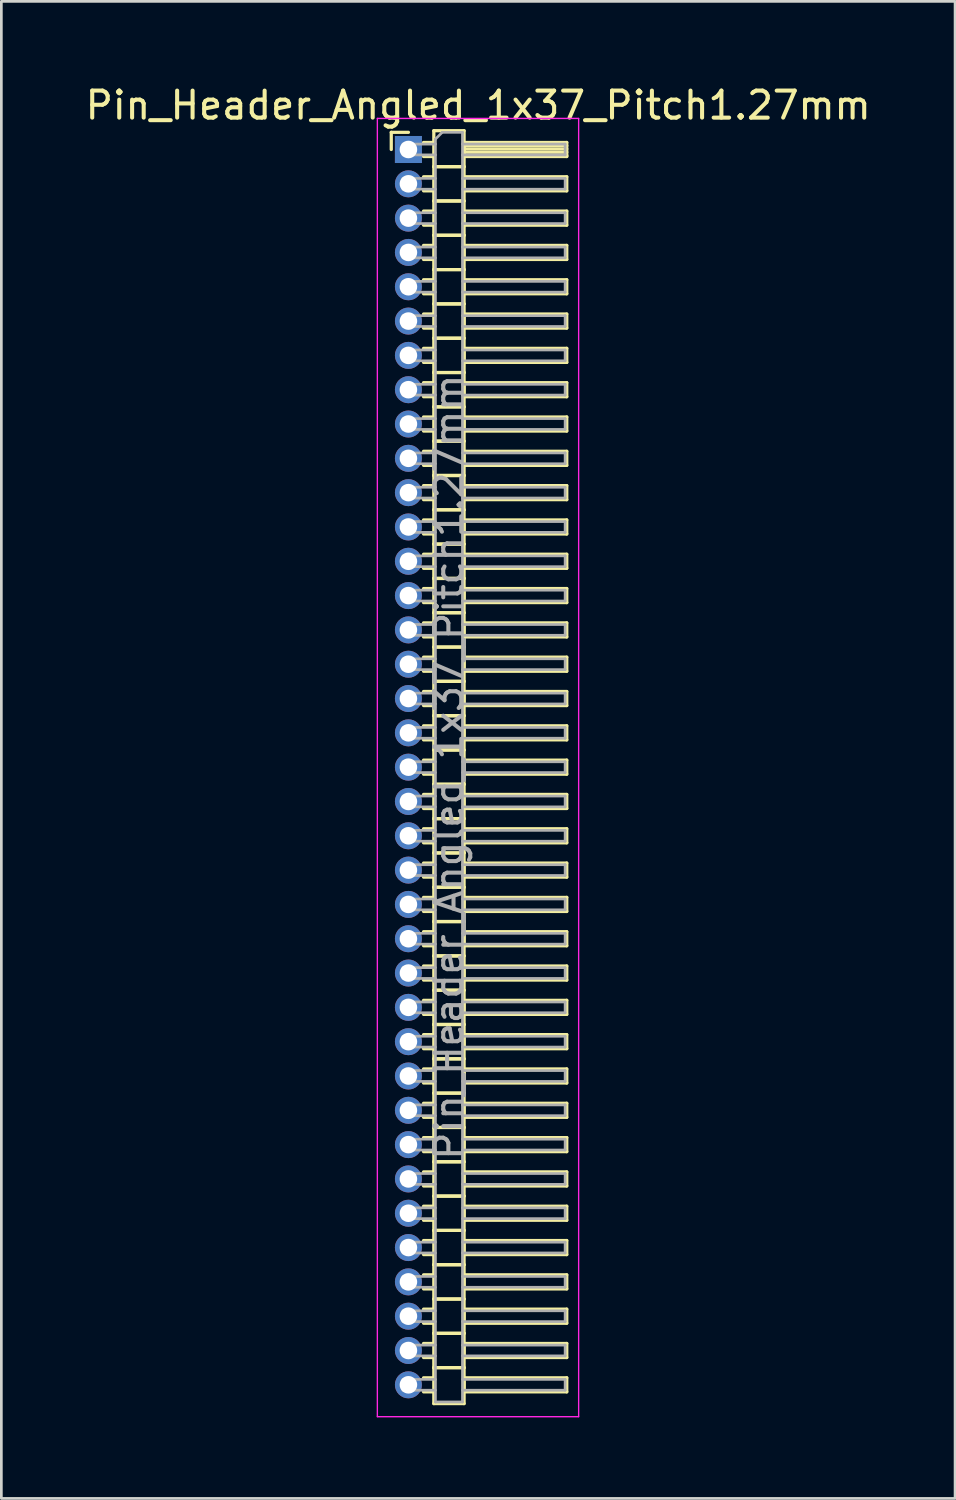
<source format=kicad_pcb>
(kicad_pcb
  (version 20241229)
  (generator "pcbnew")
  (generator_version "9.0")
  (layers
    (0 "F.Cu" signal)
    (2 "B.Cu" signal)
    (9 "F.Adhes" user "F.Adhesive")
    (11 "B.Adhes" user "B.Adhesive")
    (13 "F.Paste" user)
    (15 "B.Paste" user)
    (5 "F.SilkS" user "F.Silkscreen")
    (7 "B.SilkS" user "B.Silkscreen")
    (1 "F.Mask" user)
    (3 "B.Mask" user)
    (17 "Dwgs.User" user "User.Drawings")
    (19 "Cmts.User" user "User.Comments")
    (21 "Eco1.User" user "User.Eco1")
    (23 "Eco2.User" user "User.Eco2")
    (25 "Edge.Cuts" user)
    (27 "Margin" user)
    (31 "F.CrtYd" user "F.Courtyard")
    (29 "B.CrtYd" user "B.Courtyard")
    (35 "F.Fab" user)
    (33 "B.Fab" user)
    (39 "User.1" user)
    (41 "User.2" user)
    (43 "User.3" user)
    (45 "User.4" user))
  (footprint "Pin_Header_Angled_1x37_Pitch1.27mm"
    (layer "F.Cu")
    (at 12.066 2.483)
    (property "Reference" "Pin_Header_Angled_1x37_Pitch1.27mm" (at 2.583 -1.635 0) (layer "F.SilkS") (effects (font (size 1 1) (thickness 0.15))))
    (attr through_hole)
    (fp_line (start -0.635 -0.635) (end 0 -0.635) (stroke (width 0.12) (type solid)) (layer "F.SilkS"))
    (fp_line (start -0.635 0) (end -0.635 -0.635) (stroke (width 0.12) (type solid)) (layer "F.SilkS"))
    (fp_line (start 0.56 -0.26) (end 0.94 -0.26) (stroke (width 0.12) (type solid)) (layer "F.SilkS"))
    (fp_line (start 0.56 0.26) (end 0.94 0.26) (stroke (width 0.12) (type solid)) (layer "F.SilkS"))
    (fp_line (start 0.56 1.01) (end 0.94 1.01) (stroke (width 0.12) (type solid)) (layer "F.SilkS"))
    (fp_line (start 0.56 1.53) (end 0.94 1.53) (stroke (width 0.12) (type solid)) (layer "F.SilkS"))
    (fp_line (start 0.56 2.28) (end 0.94 2.28) (stroke (width 0.12) (type solid)) (layer "F.SilkS"))
    (fp_line (start 0.56 2.8) (end 0.94 2.8) (stroke (width 0.12) (type solid)) (layer "F.SilkS"))
    (fp_line (start 0.56 3.55) (end 0.94 3.55) (stroke (width 0.12) (type solid)) (layer "F.SilkS"))
    (fp_line (start 0.56 4.07) (end 0.94 4.07) (stroke (width 0.12) (type solid)) (layer "F.SilkS"))
    (fp_line (start 0.56 4.82) (end 0.94 4.82) (stroke (width 0.12) (type solid)) (layer "F.SilkS"))
    (fp_line (start 0.56 5.34) (end 0.94 5.34) (stroke (width 0.12) (type solid)) (layer "F.SilkS"))
    (fp_line (start 0.56 6.09) (end 0.94 6.09) (stroke (width 0.12) (type solid)) (layer "F.SilkS"))
    (fp_line (start 0.56 6.61) (end 0.94 6.61) (stroke (width 0.12) (type solid)) (layer "F.SilkS"))
    (fp_line (start 0.56 7.36) (end 0.94 7.36) (stroke (width 0.12) (type solid)) (layer "F.SilkS"))
    (fp_line (start 0.56 7.88) (end 0.94 7.88) (stroke (width 0.12) (type solid)) (layer "F.SilkS"))
    (fp_line (start 0.56 8.63) (end 0.94 8.63) (stroke (width 0.12) (type solid)) (layer "F.SilkS"))
    (fp_line (start 0.56 9.15) (end 0.94 9.15) (stroke (width 0.12) (type solid)) (layer "F.SilkS"))
    (fp_line (start 0.56 9.9) (end 0.94 9.9) (stroke (width 0.12) (type solid)) (layer "F.SilkS"))
    (fp_line (start 0.56 10.42) (end 0.94 10.42) (stroke (width 0.12) (type solid)) (layer "F.SilkS"))
    (fp_line (start 0.56 11.17) (end 0.94 11.17) (stroke (width 0.12) (type solid)) (layer "F.SilkS"))
    (fp_line (start 0.56 11.69) (end 0.94 11.69) (stroke (width 0.12) (type solid)) (layer "F.SilkS"))
    (fp_line (start 0.56 12.44) (end 0.94 12.44) (stroke (width 0.12) (type solid)) (layer "F.SilkS"))
    (fp_line (start 0.56 12.96) (end 0.94 12.96) (stroke (width 0.12) (type solid)) (layer "F.SilkS"))
    (fp_line (start 0.56 13.71) (end 0.94 13.71) (stroke (width 0.12) (type solid)) (layer "F.SilkS"))
    (fp_line (start 0.56 14.23) (end 0.94 14.23) (stroke (width 0.12) (type solid)) (layer "F.SilkS"))
    (fp_line (start 0.56 14.98) (end 0.94 14.98) (stroke (width 0.12) (type solid)) (layer "F.SilkS"))
    (fp_line (start 0.56 15.5) (end 0.94 15.5) (stroke (width 0.12) (type solid)) (layer "F.SilkS"))
    (fp_line (start 0.56 16.25) (end 0.94 16.25) (stroke (width 0.12) (type solid)) (layer "F.SilkS"))
    (fp_line (start 0.56 16.77) (end 0.94 16.77) (stroke (width 0.12) (type solid)) (layer "F.SilkS"))
    (fp_line (start 0.56 17.52) (end 0.94 17.52) (stroke (width 0.12) (type solid)) (layer "F.SilkS"))
    (fp_line (start 0.56 18.04) (end 0.94 18.04) (stroke (width 0.12) (type solid)) (layer "F.SilkS"))
    (fp_line (start 0.56 18.79) (end 0.94 18.79) (stroke (width 0.12) (type solid)) (layer "F.SilkS"))
    (fp_line (start 0.56 19.31) (end 0.94 19.31) (stroke (width 0.12) (type solid)) (layer "F.SilkS"))
    (fp_line (start 0.56 20.06) (end 0.94 20.06) (stroke (width 0.12) (type solid)) (layer "F.SilkS"))
    (fp_line (start 0.56 20.58) (end 0.94 20.58) (stroke (width 0.12) (type solid)) (layer "F.SilkS"))
    (fp_line (start 0.56 21.33) (end 0.94 21.33) (stroke (width 0.12) (type solid)) (layer "F.SilkS"))
    (fp_line (start 0.56 21.85) (end 0.94 21.85) (stroke (width 0.12) (type solid)) (layer "F.SilkS"))
    (fp_line (start 0.56 22.6) (end 0.94 22.6) (stroke (width 0.12) (type solid)) (layer "F.SilkS"))
    (fp_line (start 0.56 23.12) (end 0.94 23.12) (stroke (width 0.12) (type solid)) (layer "F.SilkS"))
    (fp_line (start 0.56 23.87) (end 0.94 23.87) (stroke (width 0.12) (type solid)) (layer "F.SilkS"))
    (fp_line (start 0.56 24.39) (end 0.94 24.39) (stroke (width 0.12) (type solid)) (layer "F.SilkS"))
    (fp_line (start 0.56 25.14) (end 0.94 25.14) (stroke (width 0.12) (type solid)) (layer "F.SilkS"))
    (fp_line (start 0.56 25.66) (end 0.94 25.66) (stroke (width 0.12) (type solid)) (layer "F.SilkS"))
    (fp_line (start 0.56 26.41) (end 0.94 26.41) (stroke (width 0.12) (type solid)) (layer "F.SilkS"))
    (fp_line (start 0.56 26.93) (end 0.94 26.93) (stroke (width 0.12) (type solid)) (layer "F.SilkS"))
    (fp_line (start 0.56 27.68) (end 0.94 27.68) (stroke (width 0.12) (type solid)) (layer "F.SilkS"))
    (fp_line (start 0.56 28.2) (end 0.94 28.2) (stroke (width 0.12) (type solid)) (layer "F.SilkS"))
    (fp_line (start 0.56 28.95) (end 0.94 28.95) (stroke (width 0.12) (type solid)) (layer "F.SilkS"))
    (fp_line (start 0.56 29.47) (end 0.94 29.47) (stroke (width 0.12) (type solid)) (layer "F.SilkS"))
    (fp_line (start 0.56 30.22) (end 0.94 30.22) (stroke (width 0.12) (type solid)) (layer "F.SilkS"))
    (fp_line (start 0.56 30.74) (end 0.94 30.74) (stroke (width 0.12) (type solid)) (layer "F.SilkS"))
    (fp_line (start 0.56 31.49) (end 0.94 31.49) (stroke (width 0.12) (type solid)) (layer "F.SilkS"))
    (fp_line (start 0.56 32.01) (end 0.94 32.01) (stroke (width 0.12) (type solid)) (layer "F.SilkS"))
    (fp_line (start 0.56 32.76) (end 0.94 32.76) (stroke (width 0.12) (type solid)) (layer "F.SilkS"))
    (fp_line (start 0.56 33.28) (end 0.94 33.28) (stroke (width 0.12) (type solid)) (layer "F.SilkS"))
    (fp_line (start 0.56 34.03) (end 0.94 34.03) (stroke (width 0.12) (type solid)) (layer "F.SilkS"))
    (fp_line (start 0.56 34.55) (end 0.94 34.55) (stroke (width 0.12) (type solid)) (layer "F.SilkS"))
    (fp_line (start 0.56 35.3) (end 0.94 35.3) (stroke (width 0.12) (type solid)) (layer "F.SilkS"))
    (fp_line (start 0.56 35.82) (end 0.94 35.82) (stroke (width 0.12) (type solid)) (layer "F.SilkS"))
    (fp_line (start 0.56 36.57) (end 0.94 36.57) (stroke (width 0.12) (type solid)) (layer "F.SilkS"))
    (fp_line (start 0.56 37.09) (end 0.94 37.09) (stroke (width 0.12) (type solid)) (layer "F.SilkS"))
    (fp_line (start 0.56 37.84) (end 0.94 37.84) (stroke (width 0.12) (type solid)) (layer "F.SilkS"))
    (fp_line (start 0.56 38.36) (end 0.94 38.36) (stroke (width 0.12) (type solid)) (layer "F.SilkS"))
    (fp_line (start 0.56 39.11) (end 0.94 39.11) (stroke (width 0.12) (type solid)) (layer "F.SilkS"))
    (fp_line (start 0.56 39.63) (end 0.94 39.63) (stroke (width 0.12) (type solid)) (layer "F.SilkS"))
    (fp_line (start 0.56 40.38) (end 0.94 40.38) (stroke (width 0.12) (type solid)) (layer "F.SilkS"))
    (fp_line (start 0.56 40.9) (end 0.94 40.9) (stroke (width 0.12) (type solid)) (layer "F.SilkS"))
    (fp_line (start 0.56 41.65) (end 0.94 41.65) (stroke (width 0.12) (type solid)) (layer "F.SilkS"))
    (fp_line (start 0.56 42.17) (end 0.94 42.17) (stroke (width 0.12) (type solid)) (layer "F.SilkS"))
    (fp_line (start 0.56 42.92) (end 0.94 42.92) (stroke (width 0.12) (type solid)) (layer "F.SilkS"))
    (fp_line (start 0.56 43.44) (end 0.94 43.44) (stroke (width 0.12) (type solid)) (layer "F.SilkS"))
    (fp_line (start 0.56 44.19) (end 0.94 44.19) (stroke (width 0.12) (type solid)) (layer "F.SilkS"))
    (fp_line (start 0.56 44.71) (end 0.94 44.71) (stroke (width 0.12) (type solid)) (layer "F.SilkS"))
    (fp_line (start 0.56 45.46) (end 0.94 45.46) (stroke (width 0.12) (type solid)) (layer "F.SilkS"))
    (fp_line (start 0.56 45.98) (end 0.94 45.98) (stroke (width 0.12) (type solid)) (layer "F.SilkS"))
    (fp_line (start 0.94 -0.695) (end 0.94 0.635) (stroke (width 0.12) (type solid)) (layer "F.SilkS"))
    (fp_line (start 0.94 0.635) (end 0.94 1.905) (stroke (width 0.12) (type solid)) (layer "F.SilkS"))
    (fp_line (start 0.94 0.635) (end 2.06 0.635) (stroke (width 0.12) (type solid)) (layer "F.SilkS"))
    (fp_line (start 0.94 1.905) (end 0.94 3.175) (stroke (width 0.12) (type solid)) (layer "F.SilkS"))
    (fp_line (start 0.94 1.905) (end 2.06 1.905) (stroke (width 0.12) (type solid)) (layer "F.SilkS"))
    (fp_line (start 0.94 3.175) (end 0.94 4.445) (stroke (width 0.12) (type solid)) (layer "F.SilkS"))
    (fp_line (start 0.94 3.175) (end 2.06 3.175) (stroke (width 0.12) (type solid)) (layer "F.SilkS"))
    (fp_line (start 0.94 4.445) (end 0.94 5.715) (stroke (width 0.12) (type solid)) (layer "F.SilkS"))
    (fp_line (start 0.94 4.445) (end 2.06 4.445) (stroke (width 0.12) (type solid)) (layer "F.SilkS"))
    (fp_line (start 0.94 5.715) (end 0.94 6.985) (stroke (width 0.12) (type solid)) (layer "F.SilkS"))
    (fp_line (start 0.94 5.715) (end 2.06 5.715) (stroke (width 0.12) (type solid)) (layer "F.SilkS"))
    (fp_line (start 0.94 6.985) (end 0.94 8.255) (stroke (width 0.12) (type solid)) (layer "F.SilkS"))
    (fp_line (start 0.94 6.985) (end 2.06 6.985) (stroke (width 0.12) (type solid)) (layer "F.SilkS"))
    (fp_line (start 0.94 8.255) (end 0.94 9.525) (stroke (width 0.12) (type solid)) (layer "F.SilkS"))
    (fp_line (start 0.94 8.255) (end 2.06 8.255) (stroke (width 0.12) (type solid)) (layer "F.SilkS"))
    (fp_line (start 0.94 9.525) (end 0.94 10.795) (stroke (width 0.12) (type solid)) (layer "F.SilkS"))
    (fp_line (start 0.94 9.525) (end 2.06 9.525) (stroke (width 0.12) (type solid)) (layer "F.SilkS"))
    (fp_line (start 0.94 10.795) (end 0.94 12.065) (stroke (width 0.12) (type solid)) (layer "F.SilkS"))
    (fp_line (start 0.94 10.795) (end 2.06 10.795) (stroke (width 0.12) (type solid)) (layer "F.SilkS"))
    (fp_line (start 0.94 12.065) (end 0.94 13.335) (stroke (width 0.12) (type solid)) (layer "F.SilkS"))
    (fp_line (start 0.94 12.065) (end 2.06 12.065) (stroke (width 0.12) (type solid)) (layer "F.SilkS"))
    (fp_line (start 0.94 13.335) (end 0.94 14.605) (stroke (width 0.12) (type solid)) (layer "F.SilkS"))
    (fp_line (start 0.94 13.335) (end 2.06 13.335) (stroke (width 0.12) (type solid)) (layer "F.SilkS"))
    (fp_line (start 0.94 14.605) (end 0.94 15.875) (stroke (width 0.12) (type solid)) (layer "F.SilkS"))
    (fp_line (start 0.94 14.605) (end 2.06 14.605) (stroke (width 0.12) (type solid)) (layer "F.SilkS"))
    (fp_line (start 0.94 15.875) (end 0.94 17.145) (stroke (width 0.12) (type solid)) (layer "F.SilkS"))
    (fp_line (start 0.94 15.875) (end 2.06 15.875) (stroke (width 0.12) (type solid)) (layer "F.SilkS"))
    (fp_line (start 0.94 17.145) (end 0.94 18.415) (stroke (width 0.12) (type solid)) (layer "F.SilkS"))
    (fp_line (start 0.94 17.145) (end 2.06 17.145) (stroke (width 0.12) (type solid)) (layer "F.SilkS"))
    (fp_line (start 0.94 18.415) (end 0.94 19.685) (stroke (width 0.12) (type solid)) (layer "F.SilkS"))
    (fp_line (start 0.94 18.415) (end 2.06 18.415) (stroke (width 0.12) (type solid)) (layer "F.SilkS"))
    (fp_line (start 0.94 19.685) (end 0.94 20.955) (stroke (width 0.12) (type solid)) (layer "F.SilkS"))
    (fp_line (start 0.94 19.685) (end 2.06 19.685) (stroke (width 0.12) (type solid)) (layer "F.SilkS"))
    (fp_line (start 0.94 20.955) (end 0.94 22.225) (stroke (width 0.12) (type solid)) (layer "F.SilkS"))
    (fp_line (start 0.94 20.955) (end 2.06 20.955) (stroke (width 0.12) (type solid)) (layer "F.SilkS"))
    (fp_line (start 0.94 22.225) (end 0.94 23.495) (stroke (width 0.12) (type solid)) (layer "F.SilkS"))
    (fp_line (start 0.94 22.225) (end 2.06 22.225) (stroke (width 0.12) (type solid)) (layer "F.SilkS"))
    (fp_line (start 0.94 23.495) (end 0.94 24.765) (stroke (width 0.12) (type solid)) (layer "F.SilkS"))
    (fp_line (start 0.94 23.495) (end 2.06 23.495) (stroke (width 0.12) (type solid)) (layer "F.SilkS"))
    (fp_line (start 0.94 24.765) (end 0.94 26.035) (stroke (width 0.12) (type solid)) (layer "F.SilkS"))
    (fp_line (start 0.94 24.765) (end 2.06 24.765) (stroke (width 0.12) (type solid)) (layer "F.SilkS"))
    (fp_line (start 0.94 26.035) (end 0.94 27.305) (stroke (width 0.12) (type solid)) (layer "F.SilkS"))
    (fp_line (start 0.94 26.035) (end 2.06 26.035) (stroke (width 0.12) (type solid)) (layer "F.SilkS"))
    (fp_line (start 0.94 27.305) (end 0.94 28.575) (stroke (width 0.12) (type solid)) (layer "F.SilkS"))
    (fp_line (start 0.94 27.305) (end 2.06 27.305) (stroke (width 0.12) (type solid)) (layer "F.SilkS"))
    (fp_line (start 0.94 28.575) (end 0.94 29.845) (stroke (width 0.12) (type solid)) (layer "F.SilkS"))
    (fp_line (start 0.94 28.575) (end 2.06 28.575) (stroke (width 0.12) (type solid)) (layer "F.SilkS"))
    (fp_line (start 0.94 29.845) (end 0.94 31.115) (stroke (width 0.12) (type solid)) (layer "F.SilkS"))
    (fp_line (start 0.94 29.845) (end 2.06 29.845) (stroke (width 0.12) (type solid)) (layer "F.SilkS"))
    (fp_line (start 0.94 31.115) (end 0.94 32.385) (stroke (width 0.12) (type solid)) (layer "F.SilkS"))
    (fp_line (start 0.94 31.115) (end 2.06 31.115) (stroke (width 0.12) (type solid)) (layer "F.SilkS"))
    (fp_line (start 0.94 32.385) (end 0.94 33.655) (stroke (width 0.12) (type solid)) (layer "F.SilkS"))
    (fp_line (start 0.94 32.385) (end 2.06 32.385) (stroke (width 0.12) (type solid)) (layer "F.SilkS"))
    (fp_line (start 0.94 33.655) (end 0.94 34.925) (stroke (width 0.12) (type solid)) (layer "F.SilkS"))
    (fp_line (start 0.94 33.655) (end 2.06 33.655) (stroke (width 0.12) (type solid)) (layer "F.SilkS"))
    (fp_line (start 0.94 34.925) (end 0.94 36.195) (stroke (width 0.12) (type solid)) (layer "F.SilkS"))
    (fp_line (start 0.94 34.925) (end 2.06 34.925) (stroke (width 0.12) (type solid)) (layer "F.SilkS"))
    (fp_line (start 0.94 36.195) (end 0.94 37.465) (stroke (width 0.12) (type solid)) (layer "F.SilkS"))
    (fp_line (start 0.94 36.195) (end 2.06 36.195) (stroke (width 0.12) (type solid)) (layer "F.SilkS"))
    (fp_line (start 0.94 37.465) (end 0.94 38.735) (stroke (width 0.12) (type solid)) (layer "F.SilkS"))
    (fp_line (start 0.94 37.465) (end 2.06 37.465) (stroke (width 0.12) (type solid)) (layer "F.SilkS"))
    (fp_line (start 0.94 38.735) (end 0.94 40.005) (stroke (width 0.12) (type solid)) (layer "F.SilkS"))
    (fp_line (start 0.94 38.735) (end 2.06 38.735) (stroke (width 0.12) (type solid)) (layer "F.SilkS"))
    (fp_line (start 0.94 40.005) (end 0.94 41.275) (stroke (width 0.12) (type solid)) (layer "F.SilkS"))
    (fp_line (start 0.94 40.005) (end 2.06 40.005) (stroke (width 0.12) (type solid)) (layer "F.SilkS"))
    (fp_line (start 0.94 41.275) (end 0.94 42.545) (stroke (width 0.12) (type solid)) (layer "F.SilkS"))
    (fp_line (start 0.94 41.275) (end 2.06 41.275) (stroke (width 0.12) (type solid)) (layer "F.SilkS"))
    (fp_line (start 0.94 42.545) (end 0.94 43.815) (stroke (width 0.12) (type solid)) (layer "F.SilkS"))
    (fp_line (start 0.94 42.545) (end 2.06 42.545) (stroke (width 0.12) (type solid)) (layer "F.SilkS"))
    (fp_line (start 0.94 43.815) (end 0.94 45.085) (stroke (width 0.12) (type solid)) (layer "F.SilkS"))
    (fp_line (start 0.94 43.815) (end 2.06 43.815) (stroke (width 0.12) (type solid)) (layer "F.SilkS"))
    (fp_line (start 0.94 45.085) (end 0.94 46.415) (stroke (width 0.12) (type solid)) (layer "F.SilkS"))
    (fp_line (start 0.94 45.085) (end 2.06 45.085) (stroke (width 0.12) (type solid)) (layer "F.SilkS"))
    (fp_line (start 0.94 46.415) (end 2.06 46.415) (stroke (width 0.12) (type solid)) (layer "F.SilkS"))
    (fp_line (start 2.06 -0.695) (end 0.94 -0.695) (stroke (width 0.12) (type solid)) (layer "F.SilkS"))
    (fp_line (start 2.06 -0.26) (end 2.06 0.26) (stroke (width 0.12) (type solid)) (layer "F.SilkS"))
    (fp_line (start 2.06 -0.14) (end 5.86 -0.14) (stroke (width 0.12) (type solid)) (layer "F.SilkS"))
    (fp_line (start 2.06 -0.02) (end 5.86 -0.02) (stroke (width 0.12) (type solid)) (layer "F.SilkS"))
    (fp_line (start 2.06 0.1) (end 5.86 0.1) (stroke (width 0.12) (type solid)) (layer "F.SilkS"))
    (fp_line (start 2.06 0.22) (end 5.86 0.22) (stroke (width 0.12) (type solid)) (layer "F.SilkS"))
    (fp_line (start 2.06 0.26) (end 5.86 0.26) (stroke (width 0.12) (type solid)) (layer "F.SilkS"))
    (fp_line (start 2.06 0.635) (end 0.94 0.635) (stroke (width 0.12) (type solid)) (layer "F.SilkS"))
    (fp_line (start 2.06 0.635) (end 2.06 -0.695) (stroke (width 0.12) (type solid)) (layer "F.SilkS"))
    (fp_line (start 2.06 1.01) (end 2.06 1.53) (stroke (width 0.12) (type solid)) (layer "F.SilkS"))
    (fp_line (start 2.06 1.53) (end 5.86 1.53) (stroke (width 0.12) (type solid)) (layer "F.SilkS"))
    (fp_line (start 2.06 1.905) (end 0.94 1.905) (stroke (width 0.12) (type solid)) (layer "F.SilkS"))
    (fp_line (start 2.06 1.905) (end 2.06 0.635) (stroke (width 0.12) (type solid)) (layer "F.SilkS"))
    (fp_line (start 2.06 2.28) (end 2.06 2.8) (stroke (width 0.12) (type solid)) (layer "F.SilkS"))
    (fp_line (start 2.06 2.8) (end 5.86 2.8) (stroke (width 0.12) (type solid)) (layer "F.SilkS"))
    (fp_line (start 2.06 3.175) (end 0.94 3.175) (stroke (width 0.12) (type solid)) (layer "F.SilkS"))
    (fp_line (start 2.06 3.175) (end 2.06 1.905) (stroke (width 0.12) (type solid)) (layer "F.SilkS"))
    (fp_line (start 2.06 3.55) (end 2.06 4.07) (stroke (width 0.12) (type solid)) (layer "F.SilkS"))
    (fp_line (start 2.06 4.07) (end 5.86 4.07) (stroke (width 0.12) (type solid)) (layer "F.SilkS"))
    (fp_line (start 2.06 4.445) (end 0.94 4.445) (stroke (width 0.12) (type solid)) (layer "F.SilkS"))
    (fp_line (start 2.06 4.445) (end 2.06 3.175) (stroke (width 0.12) (type solid)) (layer "F.SilkS"))
    (fp_line (start 2.06 4.82) (end 2.06 5.34) (stroke (width 0.12) (type solid)) (layer "F.SilkS"))
    (fp_line (start 2.06 5.34) (end 5.86 5.34) (stroke (width 0.12) (type solid)) (layer "F.SilkS"))
    (fp_line (start 2.06 5.715) (end 0.94 5.715) (stroke (width 0.12) (type solid)) (layer "F.SilkS"))
    (fp_line (start 2.06 5.715) (end 2.06 4.445) (stroke (width 0.12) (type solid)) (layer "F.SilkS"))
    (fp_line (start 2.06 6.09) (end 2.06 6.61) (stroke (width 0.12) (type solid)) (layer "F.SilkS"))
    (fp_line (start 2.06 6.61) (end 5.86 6.61) (stroke (width 0.12) (type solid)) (layer "F.SilkS"))
    (fp_line (start 2.06 6.985) (end 0.94 6.985) (stroke (width 0.12) (type solid)) (layer "F.SilkS"))
    (fp_line (start 2.06 6.985) (end 2.06 5.715) (stroke (width 0.12) (type solid)) (layer "F.SilkS"))
    (fp_line (start 2.06 7.36) (end 2.06 7.88) (stroke (width 0.12) (type solid)) (layer "F.SilkS"))
    (fp_line (start 2.06 7.88) (end 5.86 7.88) (stroke (width 0.12) (type solid)) (layer "F.SilkS"))
    (fp_line (start 2.06 8.255) (end 0.94 8.255) (stroke (width 0.12) (type solid)) (layer "F.SilkS"))
    (fp_line (start 2.06 8.255) (end 2.06 6.985) (stroke (width 0.12) (type solid)) (layer "F.SilkS"))
    (fp_line (start 2.06 8.63) (end 2.06 9.15) (stroke (width 0.12) (type solid)) (layer "F.SilkS"))
    (fp_line (start 2.06 9.15) (end 5.86 9.15) (stroke (width 0.12) (type solid)) (layer "F.SilkS"))
    (fp_line (start 2.06 9.525) (end 0.94 9.525) (stroke (width 0.12) (type solid)) (layer "F.SilkS"))
    (fp_line (start 2.06 9.525) (end 2.06 8.255) (stroke (width 0.12) (type solid)) (layer "F.SilkS"))
    (fp_line (start 2.06 9.9) (end 2.06 10.42) (stroke (width 0.12) (type solid)) (layer "F.SilkS"))
    (fp_line (start 2.06 10.42) (end 5.86 10.42) (stroke (width 0.12) (type solid)) (layer "F.SilkS"))
    (fp_line (start 2.06 10.795) (end 0.94 10.795) (stroke (width 0.12) (type solid)) (layer "F.SilkS"))
    (fp_line (start 2.06 10.795) (end 2.06 9.525) (stroke (width 0.12) (type solid)) (layer "F.SilkS"))
    (fp_line (start 2.06 11.17) (end 2.06 11.69) (stroke (width 0.12) (type solid)) (layer "F.SilkS"))
    (fp_line (start 2.06 11.69) (end 5.86 11.69) (stroke (width 0.12) (type solid)) (layer "F.SilkS"))
    (fp_line (start 2.06 12.065) (end 0.94 12.065) (stroke (width 0.12) (type solid)) (layer "F.SilkS"))
    (fp_line (start 2.06 12.065) (end 2.06 10.795) (stroke (width 0.12) (type solid)) (layer "F.SilkS"))
    (fp_line (start 2.06 12.44) (end 2.06 12.96) (stroke (width 0.12) (type solid)) (layer "F.SilkS"))
    (fp_line (start 2.06 12.96) (end 5.86 12.96) (stroke (width 0.12) (type solid)) (layer "F.SilkS"))
    (fp_line (start 2.06 13.335) (end 0.94 13.335) (stroke (width 0.12) (type solid)) (layer "F.SilkS"))
    (fp_line (start 2.06 13.335) (end 2.06 12.065) (stroke (width 0.12) (type solid)) (layer "F.SilkS"))
    (fp_line (start 2.06 13.71) (end 2.06 14.23) (stroke (width 0.12) (type solid)) (layer "F.SilkS"))
    (fp_line (start 2.06 14.23) (end 5.86 14.23) (stroke (width 0.12) (type solid)) (layer "F.SilkS"))
    (fp_line (start 2.06 14.605) (end 0.94 14.605) (stroke (width 0.12) (type solid)) (layer "F.SilkS"))
    (fp_line (start 2.06 14.605) (end 2.06 13.335) (stroke (width 0.12) (type solid)) (layer "F.SilkS"))
    (fp_line (start 2.06 14.98) (end 2.06 15.5) (stroke (width 0.12) (type solid)) (layer "F.SilkS"))
    (fp_line (start 2.06 15.5) (end 5.86 15.5) (stroke (width 0.12) (type solid)) (layer "F.SilkS"))
    (fp_line (start 2.06 15.875) (end 0.94 15.875) (stroke (width 0.12) (type solid)) (layer "F.SilkS"))
    (fp_line (start 2.06 15.875) (end 2.06 14.605) (stroke (width 0.12) (type solid)) (layer "F.SilkS"))
    (fp_line (start 2.06 16.25) (end 2.06 16.77) (stroke (width 0.12) (type solid)) (layer "F.SilkS"))
    (fp_line (start 2.06 16.77) (end 5.86 16.77) (stroke (width 0.12) (type solid)) (layer "F.SilkS"))
    (fp_line (start 2.06 17.145) (end 0.94 17.145) (stroke (width 0.12) (type solid)) (layer "F.SilkS"))
    (fp_line (start 2.06 17.145) (end 2.06 15.875) (stroke (width 0.12) (type solid)) (layer "F.SilkS"))
    (fp_line (start 2.06 17.52) (end 2.06 18.04) (stroke (width 0.12) (type solid)) (layer "F.SilkS"))
    (fp_line (start 2.06 18.04) (end 5.86 18.04) (stroke (width 0.12) (type solid)) (layer "F.SilkS"))
    (fp_line (start 2.06 18.415) (end 0.94 18.415) (stroke (width 0.12) (type solid)) (layer "F.SilkS"))
    (fp_line (start 2.06 18.415) (end 2.06 17.145) (stroke (width 0.12) (type solid)) (layer "F.SilkS"))
    (fp_line (start 2.06 18.79) (end 2.06 19.31) (stroke (width 0.12) (type solid)) (layer "F.SilkS"))
    (fp_line (start 2.06 19.31) (end 5.86 19.31) (stroke (width 0.12) (type solid)) (layer "F.SilkS"))
    (fp_line (start 2.06 19.685) (end 0.94 19.685) (stroke (width 0.12) (type solid)) (layer "F.SilkS"))
    (fp_line (start 2.06 19.685) (end 2.06 18.415) (stroke (width 0.12) (type solid)) (layer "F.SilkS"))
    (fp_line (start 2.06 20.06) (end 2.06 20.58) (stroke (width 0.12) (type solid)) (layer "F.SilkS"))
    (fp_line (start 2.06 20.58) (end 5.86 20.58) (stroke (width 0.12) (type solid)) (layer "F.SilkS"))
    (fp_line (start 2.06 20.955) (end 0.94 20.955) (stroke (width 0.12) (type solid)) (layer "F.SilkS"))
    (fp_line (start 2.06 20.955) (end 2.06 19.685) (stroke (width 0.12) (type solid)) (layer "F.SilkS"))
    (fp_line (start 2.06 21.33) (end 2.06 21.85) (stroke (width 0.12) (type solid)) (layer "F.SilkS"))
    (fp_line (start 2.06 21.85) (end 5.86 21.85) (stroke (width 0.12) (type solid)) (layer "F.SilkS"))
    (fp_line (start 2.06 22.225) (end 0.94 22.225) (stroke (width 0.12) (type solid)) (layer "F.SilkS"))
    (fp_line (start 2.06 22.225) (end 2.06 20.955) (stroke (width 0.12) (type solid)) (layer "F.SilkS"))
    (fp_line (start 2.06 22.6) (end 2.06 23.12) (stroke (width 0.12) (type solid)) (layer "F.SilkS"))
    (fp_line (start 2.06 23.12) (end 5.86 23.12) (stroke (width 0.12) (type solid)) (layer "F.SilkS"))
    (fp_line (start 2.06 23.495) (end 0.94 23.495) (stroke (width 0.12) (type solid)) (layer "F.SilkS"))
    (fp_line (start 2.06 23.495) (end 2.06 22.225) (stroke (width 0.12) (type solid)) (layer "F.SilkS"))
    (fp_line (start 2.06 23.87) (end 2.06 24.39) (stroke (width 0.12) (type solid)) (layer "F.SilkS"))
    (fp_line (start 2.06 24.39) (end 5.86 24.39) (stroke (width 0.12) (type solid)) (layer "F.SilkS"))
    (fp_line (start 2.06 24.765) (end 0.94 24.765) (stroke (width 0.12) (type solid)) (layer "F.SilkS"))
    (fp_line (start 2.06 24.765) (end 2.06 23.495) (stroke (width 0.12) (type solid)) (layer "F.SilkS"))
    (fp_line (start 2.06 25.14) (end 2.06 25.66) (stroke (width 0.12) (type solid)) (layer "F.SilkS"))
    (fp_line (start 2.06 25.66) (end 5.86 25.66) (stroke (width 0.12) (type solid)) (layer "F.SilkS"))
    (fp_line (start 2.06 26.035) (end 0.94 26.035) (stroke (width 0.12) (type solid)) (layer "F.SilkS"))
    (fp_line (start 2.06 26.035) (end 2.06 24.765) (stroke (width 0.12) (type solid)) (layer "F.SilkS"))
    (fp_line (start 2.06 26.41) (end 2.06 26.93) (stroke (width 0.12) (type solid)) (layer "F.SilkS"))
    (fp_line (start 2.06 26.93) (end 5.86 26.93) (stroke (width 0.12) (type solid)) (layer "F.SilkS"))
    (fp_line (start 2.06 27.305) (end 0.94 27.305) (stroke (width 0.12) (type solid)) (layer "F.SilkS"))
    (fp_line (start 2.06 27.305) (end 2.06 26.035) (stroke (width 0.12) (type solid)) (layer "F.SilkS"))
    (fp_line (start 2.06 27.68) (end 2.06 28.2) (stroke (width 0.12) (type solid)) (layer "F.SilkS"))
    (fp_line (start 2.06 28.2) (end 5.86 28.2) (stroke (width 0.12) (type solid)) (layer "F.SilkS"))
    (fp_line (start 2.06 28.575) (end 0.94 28.575) (stroke (width 0.12) (type solid)) (layer "F.SilkS"))
    (fp_line (start 2.06 28.575) (end 2.06 27.305) (stroke (width 0.12) (type solid)) (layer "F.SilkS"))
    (fp_line (start 2.06 28.95) (end 2.06 29.47) (stroke (width 0.12) (type solid)) (layer "F.SilkS"))
    (fp_line (start 2.06 29.47) (end 5.86 29.47) (stroke (width 0.12) (type solid)) (layer "F.SilkS"))
    (fp_line (start 2.06 29.845) (end 0.94 29.845) (stroke (width 0.12) (type solid)) (layer "F.SilkS"))
    (fp_line (start 2.06 29.845) (end 2.06 28.575) (stroke (width 0.12) (type solid)) (layer "F.SilkS"))
    (fp_line (start 2.06 30.22) (end 2.06 30.74) (stroke (width 0.12) (type solid)) (layer "F.SilkS"))
    (fp_line (start 2.06 30.74) (end 5.86 30.74) (stroke (width 0.12) (type solid)) (layer "F.SilkS"))
    (fp_line (start 2.06 31.115) (end 0.94 31.115) (stroke (width 0.12) (type solid)) (layer "F.SilkS"))
    (fp_line (start 2.06 31.115) (end 2.06 29.845) (stroke (width 0.12) (type solid)) (layer "F.SilkS"))
    (fp_line (start 2.06 31.49) (end 2.06 32.01) (stroke (width 0.12) (type solid)) (layer "F.SilkS"))
    (fp_line (start 2.06 32.01) (end 5.86 32.01) (stroke (width 0.12) (type solid)) (layer "F.SilkS"))
    (fp_line (start 2.06 32.385) (end 0.94 32.385) (stroke (width 0.12) (type solid)) (layer "F.SilkS"))
    (fp_line (start 2.06 32.385) (end 2.06 31.115) (stroke (width 0.12) (type solid)) (layer "F.SilkS"))
    (fp_line (start 2.06 32.76) (end 2.06 33.28) (stroke (width 0.12) (type solid)) (layer "F.SilkS"))
    (fp_line (start 2.06 33.28) (end 5.86 33.28) (stroke (width 0.12) (type solid)) (layer "F.SilkS"))
    (fp_line (start 2.06 33.655) (end 0.94 33.655) (stroke (width 0.12) (type solid)) (layer "F.SilkS"))
    (fp_line (start 2.06 33.655) (end 2.06 32.385) (stroke (width 0.12) (type solid)) (layer "F.SilkS"))
    (fp_line (start 2.06 34.03) (end 2.06 34.55) (stroke (width 0.12) (type solid)) (layer "F.SilkS"))
    (fp_line (start 2.06 34.55) (end 5.86 34.55) (stroke (width 0.12) (type solid)) (layer "F.SilkS"))
    (fp_line (start 2.06 34.925) (end 0.94 34.925) (stroke (width 0.12) (type solid)) (layer "F.SilkS"))
    (fp_line (start 2.06 34.925) (end 2.06 33.655) (stroke (width 0.12) (type solid)) (layer "F.SilkS"))
    (fp_line (start 2.06 35.3) (end 2.06 35.82) (stroke (width 0.12) (type solid)) (layer "F.SilkS"))
    (fp_line (start 2.06 35.82) (end 5.86 35.82) (stroke (width 0.12) (type solid)) (layer "F.SilkS"))
    (fp_line (start 2.06 36.195) (end 0.94 36.195) (stroke (width 0.12) (type solid)) (layer "F.SilkS"))
    (fp_line (start 2.06 36.195) (end 2.06 34.925) (stroke (width 0.12) (type solid)) (layer "F.SilkS"))
    (fp_line (start 2.06 36.57) (end 2.06 37.09) (stroke (width 0.12) (type solid)) (layer "F.SilkS"))
    (fp_line (start 2.06 37.09) (end 5.86 37.09) (stroke (width 0.12) (type solid)) (layer "F.SilkS"))
    (fp_line (start 2.06 37.465) (end 0.94 37.465) (stroke (width 0.12) (type solid)) (layer "F.SilkS"))
    (fp_line (start 2.06 37.465) (end 2.06 36.195) (stroke (width 0.12) (type solid)) (layer "F.SilkS"))
    (fp_line (start 2.06 37.84) (end 2.06 38.36) (stroke (width 0.12) (type solid)) (layer "F.SilkS"))
    (fp_line (start 2.06 38.36) (end 5.86 38.36) (stroke (width 0.12) (type solid)) (layer "F.SilkS"))
    (fp_line (start 2.06 38.735) (end 0.94 38.735) (stroke (width 0.12) (type solid)) (layer "F.SilkS"))
    (fp_line (start 2.06 38.735) (end 2.06 37.465) (stroke (width 0.12) (type solid)) (layer "F.SilkS"))
    (fp_line (start 2.06 39.11) (end 2.06 39.63) (stroke (width 0.12) (type solid)) (layer "F.SilkS"))
    (fp_line (start 2.06 39.63) (end 5.86 39.63) (stroke (width 0.12) (type solid)) (layer "F.SilkS"))
    (fp_line (start 2.06 40.005) (end 0.94 40.005) (stroke (width 0.12) (type solid)) (layer "F.SilkS"))
    (fp_line (start 2.06 40.005) (end 2.06 38.735) (stroke (width 0.12) (type solid)) (layer "F.SilkS"))
    (fp_line (start 2.06 40.38) (end 2.06 40.9) (stroke (width 0.12) (type solid)) (layer "F.SilkS"))
    (fp_line (start 2.06 40.9) (end 5.86 40.9) (stroke (width 0.12) (type solid)) (layer "F.SilkS"))
    (fp_line (start 2.06 41.275) (end 0.94 41.275) (stroke (width 0.12) (type solid)) (layer "F.SilkS"))
    (fp_line (start 2.06 41.275) (end 2.06 40.005) (stroke (width 0.12) (type solid)) (layer "F.SilkS"))
    (fp_line (start 2.06 41.65) (end 2.06 42.17) (stroke (width 0.12) (type solid)) (layer "F.SilkS"))
    (fp_line (start 2.06 42.17) (end 5.86 42.17) (stroke (width 0.12) (type solid)) (layer "F.SilkS"))
    (fp_line (start 2.06 42.545) (end 0.94 42.545) (stroke (width 0.12) (type solid)) (layer "F.SilkS"))
    (fp_line (start 2.06 42.545) (end 2.06 41.275) (stroke (width 0.12) (type solid)) (layer "F.SilkS"))
    (fp_line (start 2.06 42.92) (end 2.06 43.44) (stroke (width 0.12) (type solid)) (layer "F.SilkS"))
    (fp_line (start 2.06 43.44) (end 5.86 43.44) (stroke (width 0.12) (type solid)) (layer "F.SilkS"))
    (fp_line (start 2.06 43.815) (end 0.94 43.815) (stroke (width 0.12) (type solid)) (layer "F.SilkS"))
    (fp_line (start 2.06 43.815) (end 2.06 42.545) (stroke (width 0.12) (type solid)) (layer "F.SilkS"))
    (fp_line (start 2.06 44.19) (end 2.06 44.71) (stroke (width 0.12) (type solid)) (layer "F.SilkS"))
    (fp_line (start 2.06 44.71) (end 5.86 44.71) (stroke (width 0.12) (type solid)) (layer "F.SilkS"))
    (fp_line (start 2.06 45.085) (end 0.94 45.085) (stroke (width 0.12) (type solid)) (layer "F.SilkS"))
    (fp_line (start 2.06 45.085) (end 2.06 43.815) (stroke (width 0.12) (type solid)) (layer "F.SilkS"))
    (fp_line (start 2.06 45.46) (end 2.06 45.98) (stroke (width 0.12) (type solid)) (layer "F.SilkS"))
    (fp_line (start 2.06 45.98) (end 5.86 45.98) (stroke (width 0.12) (type solid)) (layer "F.SilkS"))
    (fp_line (start 2.06 46.415) (end 2.06 45.085) (stroke (width 0.12) (type solid)) (layer "F.SilkS"))
    (fp_line (start 5.86 -0.26) (end 2.06 -0.26) (stroke (width 0.12) (type solid)) (layer "F.SilkS"))
    (fp_line (start 5.86 0.26) (end 5.86 -0.26) (stroke (width 0.12) (type solid)) (layer "F.SilkS"))
    (fp_line (start 5.86 1.01) (end 2.06 1.01) (stroke (width 0.12) (type solid)) (layer "F.SilkS"))
    (fp_line (start 5.86 1.53) (end 5.86 1.01) (stroke (width 0.12) (type solid)) (layer "F.SilkS"))
    (fp_line (start 5.86 2.28) (end 2.06 2.28) (stroke (width 0.12) (type solid)) (layer "F.SilkS"))
    (fp_line (start 5.86 2.8) (end 5.86 2.28) (stroke (width 0.12) (type solid)) (layer "F.SilkS"))
    (fp_line (start 5.86 3.55) (end 2.06 3.55) (stroke (width 0.12) (type solid)) (layer "F.SilkS"))
    (fp_line (start 5.86 4.07) (end 5.86 3.55) (stroke (width 0.12) (type solid)) (layer "F.SilkS"))
    (fp_line (start 5.86 4.82) (end 2.06 4.82) (stroke (width 0.12) (type solid)) (layer "F.SilkS"))
    (fp_line (start 5.86 5.34) (end 5.86 4.82) (stroke (width 0.12) (type solid)) (layer "F.SilkS"))
    (fp_line (start 5.86 6.09) (end 2.06 6.09) (stroke (width 0.12) (type solid)) (layer "F.SilkS"))
    (fp_line (start 5.86 6.61) (end 5.86 6.09) (stroke (width 0.12) (type solid)) (layer "F.SilkS"))
    (fp_line (start 5.86 7.36) (end 2.06 7.36) (stroke (width 0.12) (type solid)) (layer "F.SilkS"))
    (fp_line (start 5.86 7.88) (end 5.86 7.36) (stroke (width 0.12) (type solid)) (layer "F.SilkS"))
    (fp_line (start 5.86 8.63) (end 2.06 8.63) (stroke (width 0.12) (type solid)) (layer "F.SilkS"))
    (fp_line (start 5.86 9.15) (end 5.86 8.63) (stroke (width 0.12) (type solid)) (layer "F.SilkS"))
    (fp_line (start 5.86 9.9) (end 2.06 9.9) (stroke (width 0.12) (type solid)) (layer "F.SilkS"))
    (fp_line (start 5.86 10.42) (end 5.86 9.9) (stroke (width 0.12) (type solid)) (layer "F.SilkS"))
    (fp_line (start 5.86 11.17) (end 2.06 11.17) (stroke (width 0.12) (type solid)) (layer "F.SilkS"))
    (fp_line (start 5.86 11.69) (end 5.86 11.17) (stroke (width 0.12) (type solid)) (layer "F.SilkS"))
    (fp_line (start 5.86 12.44) (end 2.06 12.44) (stroke (width 0.12) (type solid)) (layer "F.SilkS"))
    (fp_line (start 5.86 12.96) (end 5.86 12.44) (stroke (width 0.12) (type solid)) (layer "F.SilkS"))
    (fp_line (start 5.86 13.71) (end 2.06 13.71) (stroke (width 0.12) (type solid)) (layer "F.SilkS"))
    (fp_line (start 5.86 14.23) (end 5.86 13.71) (stroke (width 0.12) (type solid)) (layer "F.SilkS"))
    (fp_line (start 5.86 14.98) (end 2.06 14.98) (stroke (width 0.12) (type solid)) (layer "F.SilkS"))
    (fp_line (start 5.86 15.5) (end 5.86 14.98) (stroke (width 0.12) (type solid)) (layer "F.SilkS"))
    (fp_line (start 5.86 16.25) (end 2.06 16.25) (stroke (width 0.12) (type solid)) (layer "F.SilkS"))
    (fp_line (start 5.86 16.77) (end 5.86 16.25) (stroke (width 0.12) (type solid)) (layer "F.SilkS"))
    (fp_line (start 5.86 17.52) (end 2.06 17.52) (stroke (width 0.12) (type solid)) (layer "F.SilkS"))
    (fp_line (start 5.86 18.04) (end 5.86 17.52) (stroke (width 0.12) (type solid)) (layer "F.SilkS"))
    (fp_line (start 5.86 18.79) (end 2.06 18.79) (stroke (width 0.12) (type solid)) (layer "F.SilkS"))
    (fp_line (start 5.86 19.31) (end 5.86 18.79) (stroke (width 0.12) (type solid)) (layer "F.SilkS"))
    (fp_line (start 5.86 20.06) (end 2.06 20.06) (stroke (width 0.12) (type solid)) (layer "F.SilkS"))
    (fp_line (start 5.86 20.58) (end 5.86 20.06) (stroke (width 0.12) (type solid)) (layer "F.SilkS"))
    (fp_line (start 5.86 21.33) (end 2.06 21.33) (stroke (width 0.12) (type solid)) (layer "F.SilkS"))
    (fp_line (start 5.86 21.85) (end 5.86 21.33) (stroke (width 0.12) (type solid)) (layer "F.SilkS"))
    (fp_line (start 5.86 22.6) (end 2.06 22.6) (stroke (width 0.12) (type solid)) (layer "F.SilkS"))
    (fp_line (start 5.86 23.12) (end 5.86 22.6) (stroke (width 0.12) (type solid)) (layer "F.SilkS"))
    (fp_line (start 5.86 23.87) (end 2.06 23.87) (stroke (width 0.12) (type solid)) (layer "F.SilkS"))
    (fp_line (start 5.86 24.39) (end 5.86 23.87) (stroke (width 0.12) (type solid)) (layer "F.SilkS"))
    (fp_line (start 5.86 25.14) (end 2.06 25.14) (stroke (width 0.12) (type solid)) (layer "F.SilkS"))
    (fp_line (start 5.86 25.66) (end 5.86 25.14) (stroke (width 0.12) (type solid)) (layer "F.SilkS"))
    (fp_line (start 5.86 26.41) (end 2.06 26.41) (stroke (width 0.12) (type solid)) (layer "F.SilkS"))
    (fp_line (start 5.86 26.93) (end 5.86 26.41) (stroke (width 0.12) (type solid)) (layer "F.SilkS"))
    (fp_line (start 5.86 27.68) (end 2.06 27.68) (stroke (width 0.12) (type solid)) (layer "F.SilkS"))
    (fp_line (start 5.86 28.2) (end 5.86 27.68) (stroke (width 0.12) (type solid)) (layer "F.SilkS"))
    (fp_line (start 5.86 28.95) (end 2.06 28.95) (stroke (width 0.12) (type solid)) (layer "F.SilkS"))
    (fp_line (start 5.86 29.47) (end 5.86 28.95) (stroke (width 0.12) (type solid)) (layer "F.SilkS"))
    (fp_line (start 5.86 30.22) (end 2.06 30.22) (stroke (width 0.12) (type solid)) (layer "F.SilkS"))
    (fp_line (start 5.86 30.74) (end 5.86 30.22) (stroke (width 0.12) (type solid)) (layer "F.SilkS"))
    (fp_line (start 5.86 31.49) (end 2.06 31.49) (stroke (width 0.12) (type solid)) (layer "F.SilkS"))
    (fp_line (start 5.86 32.01) (end 5.86 31.49) (stroke (width 0.12) (type solid)) (layer "F.SilkS"))
    (fp_line (start 5.86 32.76) (end 2.06 32.76) (stroke (width 0.12) (type solid)) (layer "F.SilkS"))
    (fp_line (start 5.86 33.28) (end 5.86 32.76) (stroke (width 0.12) (type solid)) (layer "F.SilkS"))
    (fp_line (start 5.86 34.03) (end 2.06 34.03) (stroke (width 0.12) (type solid)) (layer "F.SilkS"))
    (fp_line (start 5.86 34.55) (end 5.86 34.03) (stroke (width 0.12) (type solid)) (layer "F.SilkS"))
    (fp_line (start 5.86 35.3) (end 2.06 35.3) (stroke (width 0.12) (type solid)) (layer "F.SilkS"))
    (fp_line (start 5.86 35.82) (end 5.86 35.3) (stroke (width 0.12) (type solid)) (layer "F.SilkS"))
    (fp_line (start 5.86 36.57) (end 2.06 36.57) (stroke (width 0.12) (type solid)) (layer "F.SilkS"))
    (fp_line (start 5.86 37.09) (end 5.86 36.57) (stroke (width 0.12) (type solid)) (layer "F.SilkS"))
    (fp_line (start 5.86 37.84) (end 2.06 37.84) (stroke (width 0.12) (type solid)) (layer "F.SilkS"))
    (fp_line (start 5.86 38.36) (end 5.86 37.84) (stroke (width 0.12) (type solid)) (layer "F.SilkS"))
    (fp_line (start 5.86 39.11) (end 2.06 39.11) (stroke (width 0.12) (type solid)) (layer "F.SilkS"))
    (fp_line (start 5.86 39.63) (end 5.86 39.11) (stroke (width 0.12) (type solid)) (layer "F.SilkS"))
    (fp_line (start 5.86 40.38) (end 2.06 40.38) (stroke (width 0.12) (type solid)) (layer "F.SilkS"))
    (fp_line (start 5.86 40.9) (end 5.86 40.38) (stroke (width 0.12) (type solid)) (layer "F.SilkS"))
    (fp_line (start 5.86 41.65) (end 2.06 41.65) (stroke (width 0.12) (type solid)) (layer "F.SilkS"))
    (fp_line (start 5.86 42.17) (end 5.86 41.65) (stroke (width 0.12) (type solid)) (layer "F.SilkS"))
    (fp_line (start 5.86 42.92) (end 2.06 42.92) (stroke (width 0.12) (type solid)) (layer "F.SilkS"))
    (fp_line (start 5.86 43.44) (end 5.86 42.92) (stroke (width 0.12) (type solid)) (layer "F.SilkS"))
    (fp_line (start 5.86 44.19) (end 2.06 44.19) (stroke (width 0.12) (type solid)) (layer "F.SilkS"))
    (fp_line (start 5.86 44.71) (end 5.86 44.19) (stroke (width 0.12) (type solid)) (layer "F.SilkS"))
    (fp_line (start 5.86 45.46) (end 2.06 45.46) (stroke (width 0.12) (type solid)) (layer "F.SilkS"))
    (fp_line (start 5.86 45.98) (end 5.86 45.46) (stroke (width 0.12) (type solid)) (layer "F.SilkS"))
    (fp_line (start -1.15 -1.15) (end -1.15 46.9) (stroke (width 0.05) (type solid)) (layer "F.CrtYd"))
    (fp_line (start -1.15 46.9) (end 6.3 46.9) (stroke (width 0.05) (type solid)) (layer "F.CrtYd"))
    (fp_line (start 6.3 -1.15) (end -1.15 -1.15) (stroke (width 0.05) (type solid)) (layer "F.CrtYd"))
    (fp_line (start 6.3 46.9) (end 6.3 -1.15) (stroke (width 0.05) (type solid)) (layer "F.CrtYd"))
    (fp_line (start -0.2 -0.2) (end -0.2 0.2) (stroke (width 0.1) (type solid)) (layer "F.Fab"))
    (fp_line (start -0.2 -0.2) (end 1 -0.2) (stroke (width 0.1) (type solid)) (layer "F.Fab"))
    (fp_line (start -0.2 0.2) (end 1 0.2) (stroke (width 0.1) (type solid)) (layer "F.Fab"))
    (fp_line (start -0.2 1.07) (end -0.2 1.47) (stroke (width 0.1) (type solid)) (layer "F.Fab"))
    (fp_line (start -0.2 1.07) (end 1 1.07) (stroke (width 0.1) (type solid)) (layer "F.Fab"))
    (fp_line (start -0.2 1.47) (end 1 1.47) (stroke (width 0.1) (type solid)) (layer "F.Fab"))
    (fp_line (start -0.2 2.34) (end -0.2 2.74) (stroke (width 0.1) (type solid)) (layer "F.Fab"))
    (fp_line (start -0.2 2.34) (end 1 2.34) (stroke (width 0.1) (type solid)) (layer "F.Fab"))
    (fp_line (start -0.2 2.74) (end 1 2.74) (stroke (width 0.1) (type solid)) (layer "F.Fab"))
    (fp_line (start -0.2 3.61) (end -0.2 4.01) (stroke (width 0.1) (type solid)) (layer "F.Fab"))
    (fp_line (start -0.2 3.61) (end 1 3.61) (stroke (width 0.1) (type solid)) (layer "F.Fab"))
    (fp_line (start -0.2 4.01) (end 1 4.01) (stroke (width 0.1) (type solid)) (layer "F.Fab"))
    (fp_line (start -0.2 4.88) (end -0.2 5.28) (stroke (width 0.1) (type solid)) (layer "F.Fab"))
    (fp_line (start -0.2 4.88) (end 1 4.88) (stroke (width 0.1) (type solid)) (layer "F.Fab"))
    (fp_line (start -0.2 5.28) (end 1 5.28) (stroke (width 0.1) (type solid)) (layer "F.Fab"))
    (fp_line (start -0.2 6.15) (end -0.2 6.55) (stroke (width 0.1) (type solid)) (layer "F.Fab"))
    (fp_line (start -0.2 6.15) (end 1 6.15) (stroke (width 0.1) (type solid)) (layer "F.Fab"))
    (fp_line (start -0.2 6.55) (end 1 6.55) (stroke (width 0.1) (type solid)) (layer "F.Fab"))
    (fp_line (start -0.2 7.42) (end -0.2 7.82) (stroke (width 0.1) (type solid)) (layer "F.Fab"))
    (fp_line (start -0.2 7.42) (end 1 7.42) (stroke (width 0.1) (type solid)) (layer "F.Fab"))
    (fp_line (start -0.2 7.82) (end 1 7.82) (stroke (width 0.1) (type solid)) (layer "F.Fab"))
    (fp_line (start -0.2 8.69) (end -0.2 9.09) (stroke (width 0.1) (type solid)) (layer "F.Fab"))
    (fp_line (start -0.2 8.69) (end 1 8.69) (stroke (width 0.1) (type solid)) (layer "F.Fab"))
    (fp_line (start -0.2 9.09) (end 1 9.09) (stroke (width 0.1) (type solid)) (layer "F.Fab"))
    (fp_line (start -0.2 9.96) (end -0.2 10.36) (stroke (width 0.1) (type solid)) (layer "F.Fab"))
    (fp_line (start -0.2 9.96) (end 1 9.96) (stroke (width 0.1) (type solid)) (layer "F.Fab"))
    (fp_line (start -0.2 10.36) (end 1 10.36) (stroke (width 0.1) (type solid)) (layer "F.Fab"))
    (fp_line (start -0.2 11.23) (end -0.2 11.63) (stroke (width 0.1) (type solid)) (layer "F.Fab"))
    (fp_line (start -0.2 11.23) (end 1 11.23) (stroke (width 0.1) (type solid)) (layer "F.Fab"))
    (fp_line (start -0.2 11.63) (end 1 11.63) (stroke (width 0.1) (type solid)) (layer "F.Fab"))
    (fp_line (start -0.2 12.5) (end -0.2 12.9) (stroke (width 0.1) (type solid)) (layer "F.Fab"))
    (fp_line (start -0.2 12.5) (end 1 12.5) (stroke (width 0.1) (type solid)) (layer "F.Fab"))
    (fp_line (start -0.2 12.9) (end 1 12.9) (stroke (width 0.1) (type solid)) (layer "F.Fab"))
    (fp_line (start -0.2 13.77) (end -0.2 14.17) (stroke (width 0.1) (type solid)) (layer "F.Fab"))
    (fp_line (start -0.2 13.77) (end 1 13.77) (stroke (width 0.1) (type solid)) (layer "F.Fab"))
    (fp_line (start -0.2 14.17) (end 1 14.17) (stroke (width 0.1) (type solid)) (layer "F.Fab"))
    (fp_line (start -0.2 15.04) (end -0.2 15.44) (stroke (width 0.1) (type solid)) (layer "F.Fab"))
    (fp_line (start -0.2 15.04) (end 1 15.04) (stroke (width 0.1) (type solid)) (layer "F.Fab"))
    (fp_line (start -0.2 15.44) (end 1 15.44) (stroke (width 0.1) (type solid)) (layer "F.Fab"))
    (fp_line (start -0.2 16.31) (end -0.2 16.71) (stroke (width 0.1) (type solid)) (layer "F.Fab"))
    (fp_line (start -0.2 16.31) (end 1 16.31) (stroke (width 0.1) (type solid)) (layer "F.Fab"))
    (fp_line (start -0.2 16.71) (end 1 16.71) (stroke (width 0.1) (type solid)) (layer "F.Fab"))
    (fp_line (start -0.2 17.58) (end -0.2 17.98) (stroke (width 0.1) (type solid)) (layer "F.Fab"))
    (fp_line (start -0.2 17.58) (end 1 17.58) (stroke (width 0.1) (type solid)) (layer "F.Fab"))
    (fp_line (start -0.2 17.98) (end 1 17.98) (stroke (width 0.1) (type solid)) (layer "F.Fab"))
    (fp_line (start -0.2 18.85) (end -0.2 19.25) (stroke (width 0.1) (type solid)) (layer "F.Fab"))
    (fp_line (start -0.2 18.85) (end 1 18.85) (stroke (width 0.1) (type solid)) (layer "F.Fab"))
    (fp_line (start -0.2 19.25) (end 1 19.25) (stroke (width 0.1) (type solid)) (layer "F.Fab"))
    (fp_line (start -0.2 20.12) (end -0.2 20.52) (stroke (width 0.1) (type solid)) (layer "F.Fab"))
    (fp_line (start -0.2 20.12) (end 1 20.12) (stroke (width 0.1) (type solid)) (layer "F.Fab"))
    (fp_line (start -0.2 20.52) (end 1 20.52) (stroke (width 0.1) (type solid)) (layer "F.Fab"))
    (fp_line (start -0.2 21.39) (end -0.2 21.79) (stroke (width 0.1) (type solid)) (layer "F.Fab"))
    (fp_line (start -0.2 21.39) (end 1 21.39) (stroke (width 0.1) (type solid)) (layer "F.Fab"))
    (fp_line (start -0.2 21.79) (end 1 21.79) (stroke (width 0.1) (type solid)) (layer "F.Fab"))
    (fp_line (start -0.2 22.66) (end -0.2 23.06) (stroke (width 0.1) (type solid)) (layer "F.Fab"))
    (fp_line (start -0.2 22.66) (end 1 22.66) (stroke (width 0.1) (type solid)) (layer "F.Fab"))
    (fp_line (start -0.2 23.06) (end 1 23.06) (stroke (width 0.1) (type solid)) (layer "F.Fab"))
    (fp_line (start -0.2 23.93) (end -0.2 24.33) (stroke (width 0.1) (type solid)) (layer "F.Fab"))
    (fp_line (start -0.2 23.93) (end 1 23.93) (stroke (width 0.1) (type solid)) (layer "F.Fab"))
    (fp_line (start -0.2 24.33) (end 1 24.33) (stroke (width 0.1) (type solid)) (layer "F.Fab"))
    (fp_line (start -0.2 25.2) (end -0.2 25.6) (stroke (width 0.1) (type solid)) (layer "F.Fab"))
    (fp_line (start -0.2 25.2) (end 1 25.2) (stroke (width 0.1) (type solid)) (layer "F.Fab"))
    (fp_line (start -0.2 25.6) (end 1 25.6) (stroke (width 0.1) (type solid)) (layer "F.Fab"))
    (fp_line (start -0.2 26.47) (end -0.2 26.87) (stroke (width 0.1) (type solid)) (layer "F.Fab"))
    (fp_line (start -0.2 26.47) (end 1 26.47) (stroke (width 0.1) (type solid)) (layer "F.Fab"))
    (fp_line (start -0.2 26.87) (end 1 26.87) (stroke (width 0.1) (type solid)) (layer "F.Fab"))
    (fp_line (start -0.2 27.74) (end -0.2 28.14) (stroke (width 0.1) (type solid)) (layer "F.Fab"))
    (fp_line (start -0.2 27.74) (end 1 27.74) (stroke (width 0.1) (type solid)) (layer "F.Fab"))
    (fp_line (start -0.2 28.14) (end 1 28.14) (stroke (width 0.1) (type solid)) (layer "F.Fab"))
    (fp_line (start -0.2 29.01) (end -0.2 29.41) (stroke (width 0.1) (type solid)) (layer "F.Fab"))
    (fp_line (start -0.2 29.01) (end 1 29.01) (stroke (width 0.1) (type solid)) (layer "F.Fab"))
    (fp_line (start -0.2 29.41) (end 1 29.41) (stroke (width 0.1) (type solid)) (layer "F.Fab"))
    (fp_line (start -0.2 30.28) (end -0.2 30.68) (stroke (width 0.1) (type solid)) (layer "F.Fab"))
    (fp_line (start -0.2 30.28) (end 1 30.28) (stroke (width 0.1) (type solid)) (layer "F.Fab"))
    (fp_line (start -0.2 30.68) (end 1 30.68) (stroke (width 0.1) (type solid)) (layer "F.Fab"))
    (fp_line (start -0.2 31.55) (end -0.2 31.95) (stroke (width 0.1) (type solid)) (layer "F.Fab"))
    (fp_line (start -0.2 31.55) (end 1 31.55) (stroke (width 0.1) (type solid)) (layer "F.Fab"))
    (fp_line (start -0.2 31.95) (end 1 31.95) (stroke (width 0.1) (type solid)) (layer "F.Fab"))
    (fp_line (start -0.2 32.82) (end -0.2 33.22) (stroke (width 0.1) (type solid)) (layer "F.Fab"))
    (fp_line (start -0.2 32.82) (end 1 32.82) (stroke (width 0.1) (type solid)) (layer "F.Fab"))
    (fp_line (start -0.2 33.22) (end 1 33.22) (stroke (width 0.1) (type solid)) (layer "F.Fab"))
    (fp_line (start -0.2 34.09) (end -0.2 34.49) (stroke (width 0.1) (type solid)) (layer "F.Fab"))
    (fp_line (start -0.2 34.09) (end 1 34.09) (stroke (width 0.1) (type solid)) (layer "F.Fab"))
    (fp_line (start -0.2 34.49) (end 1 34.49) (stroke (width 0.1) (type solid)) (layer "F.Fab"))
    (fp_line (start -0.2 35.36) (end -0.2 35.76) (stroke (width 0.1) (type solid)) (layer "F.Fab"))
    (fp_line (start -0.2 35.36) (end 1 35.36) (stroke (width 0.1) (type solid)) (layer "F.Fab"))
    (fp_line (start -0.2 35.76) (end 1 35.76) (stroke (width 0.1) (type solid)) (layer "F.Fab"))
    (fp_line (start -0.2 36.63) (end -0.2 37.03) (stroke (width 0.1) (type solid)) (layer "F.Fab"))
    (fp_line (start -0.2 36.63) (end 1 36.63) (stroke (width 0.1) (type solid)) (layer "F.Fab"))
    (fp_line (start -0.2 37.03) (end 1 37.03) (stroke (width 0.1) (type solid)) (layer "F.Fab"))
    (fp_line (start -0.2 37.9) (end -0.2 38.3) (stroke (width 0.1) (type solid)) (layer "F.Fab"))
    (fp_line (start -0.2 37.9) (end 1 37.9) (stroke (width 0.1) (type solid)) (layer "F.Fab"))
    (fp_line (start -0.2 38.3) (end 1 38.3) (stroke (width 0.1) (type solid)) (layer "F.Fab"))
    (fp_line (start -0.2 39.17) (end -0.2 39.57) (stroke (width 0.1) (type solid)) (layer "F.Fab"))
    (fp_line (start -0.2 39.17) (end 1 39.17) (stroke (width 0.1) (type solid)) (layer "F.Fab"))
    (fp_line (start -0.2 39.57) (end 1 39.57) (stroke (width 0.1) (type solid)) (layer "F.Fab"))
    (fp_line (start -0.2 40.44) (end -0.2 40.84) (stroke (width 0.1) (type solid)) (layer "F.Fab"))
    (fp_line (start -0.2 40.44) (end 1 40.44) (stroke (width 0.1) (type solid)) (layer "F.Fab"))
    (fp_line (start -0.2 40.84) (end 1 40.84) (stroke (width 0.1) (type solid)) (layer "F.Fab"))
    (fp_line (start -0.2 41.71) (end -0.2 42.11) (stroke (width 0.1) (type solid)) (layer "F.Fab"))
    (fp_line (start -0.2 41.71) (end 1 41.71) (stroke (width 0.1) (type solid)) (layer "F.Fab"))
    (fp_line (start -0.2 42.11) (end 1 42.11) (stroke (width 0.1) (type solid)) (layer "F.Fab"))
    (fp_line (start -0.2 42.98) (end -0.2 43.38) (stroke (width 0.1) (type solid)) (layer "F.Fab"))
    (fp_line (start -0.2 42.98) (end 1 42.98) (stroke (width 0.1) (type solid)) (layer "F.Fab"))
    (fp_line (start -0.2 43.38) (end 1 43.38) (stroke (width 0.1) (type solid)) (layer "F.Fab"))
    (fp_line (start -0.2 44.25) (end -0.2 44.65) (stroke (width 0.1) (type solid)) (layer "F.Fab"))
    (fp_line (start -0.2 44.25) (end 1 44.25) (stroke (width 0.1) (type solid)) (layer "F.Fab"))
    (fp_line (start -0.2 44.65) (end 1 44.65) (stroke (width 0.1) (type solid)) (layer "F.Fab"))
    (fp_line (start -0.2 45.52) (end -0.2 45.92) (stroke (width 0.1) (type solid)) (layer "F.Fab"))
    (fp_line (start -0.2 45.52) (end 1 45.52) (stroke (width 0.1) (type solid)) (layer "F.Fab"))
    (fp_line (start -0.2 45.92) (end 1 45.92) (stroke (width 0.1) (type solid)) (layer "F.Fab"))
    (fp_line (start 1 -0.385) (end 1.25 -0.635) (stroke (width 0.1) (type solid)) (layer "F.Fab"))
    (fp_line (start 1 46.355) (end 1 -0.385) (stroke (width 0.1) (type solid)) (layer "F.Fab"))
    (fp_line (start 1.25 -0.635) (end 2 -0.635) (stroke (width 0.1) (type solid)) (layer "F.Fab"))
    (fp_line (start 2 -0.635) (end 2 46.355) (stroke (width 0.1) (type solid)) (layer "F.Fab"))
    (fp_line (start 2 -0.2) (end 5.8 -0.2) (stroke (width 0.1) (type solid)) (layer "F.Fab"))
    (fp_line (start 2 0.2) (end 5.8 0.2) (stroke (width 0.1) (type solid)) (layer "F.Fab"))
    (fp_line (start 2 1.07) (end 5.8 1.07) (stroke (width 0.1) (type solid)) (layer "F.Fab"))
    (fp_line (start 2 1.47) (end 5.8 1.47) (stroke (width 0.1) (type solid)) (layer "F.Fab"))
    (fp_line (start 2 2.34) (end 5.8 2.34) (stroke (width 0.1) (type solid)) (layer "F.Fab"))
    (fp_line (start 2 2.74) (end 5.8 2.74) (stroke (width 0.1) (type solid)) (layer "F.Fab"))
    (fp_line (start 2 3.61) (end 5.8 3.61) (stroke (width 0.1) (type solid)) (layer "F.Fab"))
    (fp_line (start 2 4.01) (end 5.8 4.01) (stroke (width 0.1) (type solid)) (layer "F.Fab"))
    (fp_line (start 2 4.88) (end 5.8 4.88) (stroke (width 0.1) (type solid)) (layer "F.Fab"))
    (fp_line (start 2 5.28) (end 5.8 5.28) (stroke (width 0.1) (type solid)) (layer "F.Fab"))
    (fp_line (start 2 6.15) (end 5.8 6.15) (stroke (width 0.1) (type solid)) (layer "F.Fab"))
    (fp_line (start 2 6.55) (end 5.8 6.55) (stroke (width 0.1) (type solid)) (layer "F.Fab"))
    (fp_line (start 2 7.42) (end 5.8 7.42) (stroke (width 0.1) (type solid)) (layer "F.Fab"))
    (fp_line (start 2 7.82) (end 5.8 7.82) (stroke (width 0.1) (type solid)) (layer "F.Fab"))
    (fp_line (start 2 8.69) (end 5.8 8.69) (stroke (width 0.1) (type solid)) (layer "F.Fab"))
    (fp_line (start 2 9.09) (end 5.8 9.09) (stroke (width 0.1) (type solid)) (layer "F.Fab"))
    (fp_line (start 2 9.96) (end 5.8 9.96) (stroke (width 0.1) (type solid)) (layer "F.Fab"))
    (fp_line (start 2 10.36) (end 5.8 10.36) (stroke (width 0.1) (type solid)) (layer "F.Fab"))
    (fp_line (start 2 11.23) (end 5.8 11.23) (stroke (width 0.1) (type solid)) (layer "F.Fab"))
    (fp_line (start 2 11.63) (end 5.8 11.63) (stroke (width 0.1) (type solid)) (layer "F.Fab"))
    (fp_line (start 2 12.5) (end 5.8 12.5) (stroke (width 0.1) (type solid)) (layer "F.Fab"))
    (fp_line (start 2 12.9) (end 5.8 12.9) (stroke (width 0.1) (type solid)) (layer "F.Fab"))
    (fp_line (start 2 13.77) (end 5.8 13.77) (stroke (width 0.1) (type solid)) (layer "F.Fab"))
    (fp_line (start 2 14.17) (end 5.8 14.17) (stroke (width 0.1) (type solid)) (layer "F.Fab"))
    (fp_line (start 2 15.04) (end 5.8 15.04) (stroke (width 0.1) (type solid)) (layer "F.Fab"))
    (fp_line (start 2 15.44) (end 5.8 15.44) (stroke (width 0.1) (type solid)) (layer "F.Fab"))
    (fp_line (start 2 16.31) (end 5.8 16.31) (stroke (width 0.1) (type solid)) (layer "F.Fab"))
    (fp_line (start 2 16.71) (end 5.8 16.71) (stroke (width 0.1) (type solid)) (layer "F.Fab"))
    (fp_line (start 2 17.58) (end 5.8 17.58) (stroke (width 0.1) (type solid)) (layer "F.Fab"))
    (fp_line (start 2 17.98) (end 5.8 17.98) (stroke (width 0.1) (type solid)) (layer "F.Fab"))
    (fp_line (start 2 18.85) (end 5.8 18.85) (stroke (width 0.1) (type solid)) (layer "F.Fab"))
    (fp_line (start 2 19.25) (end 5.8 19.25) (stroke (width 0.1) (type solid)) (layer "F.Fab"))
    (fp_line (start 2 20.12) (end 5.8 20.12) (stroke (width 0.1) (type solid)) (layer "F.Fab"))
    (fp_line (start 2 20.52) (end 5.8 20.52) (stroke (width 0.1) (type solid)) (layer "F.Fab"))
    (fp_line (start 2 21.39) (end 5.8 21.39) (stroke (width 0.1) (type solid)) (layer "F.Fab"))
    (fp_line (start 2 21.79) (end 5.8 21.79) (stroke (width 0.1) (type solid)) (layer "F.Fab"))
    (fp_line (start 2 22.66) (end 5.8 22.66) (stroke (width 0.1) (type solid)) (layer "F.Fab"))
    (fp_line (start 2 23.06) (end 5.8 23.06) (stroke (width 0.1) (type solid)) (layer "F.Fab"))
    (fp_line (start 2 23.93) (end 5.8 23.93) (stroke (width 0.1) (type solid)) (layer "F.Fab"))
    (fp_line (start 2 24.33) (end 5.8 24.33) (stroke (width 0.1) (type solid)) (layer "F.Fab"))
    (fp_line (start 2 25.2) (end 5.8 25.2) (stroke (width 0.1) (type solid)) (layer "F.Fab"))
    (fp_line (start 2 25.6) (end 5.8 25.6) (stroke (width 0.1) (type solid)) (layer "F.Fab"))
    (fp_line (start 2 26.47) (end 5.8 26.47) (stroke (width 0.1) (type solid)) (layer "F.Fab"))
    (fp_line (start 2 26.87) (end 5.8 26.87) (stroke (width 0.1) (type solid)) (layer "F.Fab"))
    (fp_line (start 2 27.74) (end 5.8 27.74) (stroke (width 0.1) (type solid)) (layer "F.Fab"))
    (fp_line (start 2 28.14) (end 5.8 28.14) (stroke (width 0.1) (type solid)) (layer "F.Fab"))
    (fp_line (start 2 29.01) (end 5.8 29.01) (stroke (width 0.1) (type solid)) (layer "F.Fab"))
    (fp_line (start 2 29.41) (end 5.8 29.41) (stroke (width 0.1) (type solid)) (layer "F.Fab"))
    (fp_line (start 2 30.28) (end 5.8 30.28) (stroke (width 0.1) (type solid)) (layer "F.Fab"))
    (fp_line (start 2 30.68) (end 5.8 30.68) (stroke (width 0.1) (type solid)) (layer "F.Fab"))
    (fp_line (start 2 31.55) (end 5.8 31.55) (stroke (width 0.1) (type solid)) (layer "F.Fab"))
    (fp_line (start 2 31.95) (end 5.8 31.95) (stroke (width 0.1) (type solid)) (layer "F.Fab"))
    (fp_line (start 2 32.82) (end 5.8 32.82) (stroke (width 0.1) (type solid)) (layer "F.Fab"))
    (fp_line (start 2 33.22) (end 5.8 33.22) (stroke (width 0.1) (type solid)) (layer "F.Fab"))
    (fp_line (start 2 34.09) (end 5.8 34.09) (stroke (width 0.1) (type solid)) (layer "F.Fab"))
    (fp_line (start 2 34.49) (end 5.8 34.49) (stroke (width 0.1) (type solid)) (layer "F.Fab"))
    (fp_line (start 2 35.36) (end 5.8 35.36) (stroke (width 0.1) (type solid)) (layer "F.Fab"))
    (fp_line (start 2 35.76) (end 5.8 35.76) (stroke (width 0.1) (type solid)) (layer "F.Fab"))
    (fp_line (start 2 36.63) (end 5.8 36.63) (stroke (width 0.1) (type solid)) (layer "F.Fab"))
    (fp_line (start 2 37.03) (end 5.8 37.03) (stroke (width 0.1) (type solid)) (layer "F.Fab"))
    (fp_line (start 2 37.9) (end 5.8 37.9) (stroke (width 0.1) (type solid)) (layer "F.Fab"))
    (fp_line (start 2 38.3) (end 5.8 38.3) (stroke (width 0.1) (type solid)) (layer "F.Fab"))
    (fp_line (start 2 39.17) (end 5.8 39.17) (stroke (width 0.1) (type solid)) (layer "F.Fab"))
    (fp_line (start 2 39.57) (end 5.8 39.57) (stroke (width 0.1) (type solid)) (layer "F.Fab"))
    (fp_line (start 2 40.44) (end 5.8 40.44) (stroke (width 0.1) (type solid)) (layer "F.Fab"))
    (fp_line (start 2 40.84) (end 5.8 40.84) (stroke (width 0.1) (type solid)) (layer "F.Fab"))
    (fp_line (start 2 41.71) (end 5.8 41.71) (stroke (width 0.1) (type solid)) (layer "F.Fab"))
    (fp_line (start 2 42.11) (end 5.8 42.11) (stroke (width 0.1) (type solid)) (layer "F.Fab"))
    (fp_line (start 2 42.98) (end 5.8 42.98) (stroke (width 0.1) (type solid)) (layer "F.Fab"))
    (fp_line (start 2 43.38) (end 5.8 43.38) (stroke (width 0.1) (type solid)) (layer "F.Fab"))
    (fp_line (start 2 44.25) (end 5.8 44.25) (stroke (width 0.1) (type solid)) (layer "F.Fab"))
    (fp_line (start 2 44.65) (end 5.8 44.65) (stroke (width 0.1) (type solid)) (layer "F.Fab"))
    (fp_line (start 2 45.52) (end 5.8 45.52) (stroke (width 0.1) (type solid)) (layer "F.Fab"))
    (fp_line (start 2 45.92) (end 5.8 45.92) (stroke (width 0.1) (type solid)) (layer "F.Fab"))
    (fp_line (start 2 46.355) (end 1 46.355) (stroke (width 0.1) (type solid)) (layer "F.Fab"))
    (fp_line (start 5.8 -0.2) (end 5.8 0.2) (stroke (width 0.1) (type solid)) (layer "F.Fab"))
    (fp_line (start 5.8 1.07) (end 5.8 1.47) (stroke (width 0.1) (type solid)) (layer "F.Fab"))
    (fp_line (start 5.8 2.34) (end 5.8 2.74) (stroke (width 0.1) (type solid)) (layer "F.Fab"))
    (fp_line (start 5.8 3.61) (end 5.8 4.01) (stroke (width 0.1) (type solid)) (layer "F.Fab"))
    (fp_line (start 5.8 4.88) (end 5.8 5.28) (stroke (width 0.1) (type solid)) (layer "F.Fab"))
    (fp_line (start 5.8 6.15) (end 5.8 6.55) (stroke (width 0.1) (type solid)) (layer "F.Fab"))
    (fp_line (start 5.8 7.42) (end 5.8 7.82) (stroke (width 0.1) (type solid)) (layer "F.Fab"))
    (fp_line (start 5.8 8.69) (end 5.8 9.09) (stroke (width 0.1) (type solid)) (layer "F.Fab"))
    (fp_line (start 5.8 9.96) (end 5.8 10.36) (stroke (width 0.1) (type solid)) (layer "F.Fab"))
    (fp_line (start 5.8 11.23) (end 5.8 11.63) (stroke (width 0.1) (type solid)) (layer "F.Fab"))
    (fp_line (start 5.8 12.5) (end 5.8 12.9) (stroke (width 0.1) (type solid)) (layer "F.Fab"))
    (fp_line (start 5.8 13.77) (end 5.8 14.17) (stroke (width 0.1) (type solid)) (layer "F.Fab"))
    (fp_line (start 5.8 15.04) (end 5.8 15.44) (stroke (width 0.1) (type solid)) (layer "F.Fab"))
    (fp_line (start 5.8 16.31) (end 5.8 16.71) (stroke (width 0.1) (type solid)) (layer "F.Fab"))
    (fp_line (start 5.8 17.58) (end 5.8 17.98) (stroke (width 0.1) (type solid)) (layer "F.Fab"))
    (fp_line (start 5.8 18.85) (end 5.8 19.25) (stroke (width 0.1) (type solid)) (layer "F.Fab"))
    (fp_line (start 5.8 20.12) (end 5.8 20.52) (stroke (width 0.1) (type solid)) (layer "F.Fab"))
    (fp_line (start 5.8 21.39) (end 5.8 21.79) (stroke (width 0.1) (type solid)) (layer "F.Fab"))
    (fp_line (start 5.8 22.66) (end 5.8 23.06) (stroke (width 0.1) (type solid)) (layer "F.Fab"))
    (fp_line (start 5.8 23.93) (end 5.8 24.33) (stroke (width 0.1) (type solid)) (layer "F.Fab"))
    (fp_line (start 5.8 25.2) (end 5.8 25.6) (stroke (width 0.1) (type solid)) (layer "F.Fab"))
    (fp_line (start 5.8 26.47) (end 5.8 26.87) (stroke (width 0.1) (type solid)) (layer "F.Fab"))
    (fp_line (start 5.8 27.74) (end 5.8 28.14) (stroke (width 0.1) (type solid)) (layer "F.Fab"))
    (fp_line (start 5.8 29.01) (end 5.8 29.41) (stroke (width 0.1) (type solid)) (layer "F.Fab"))
    (fp_line (start 5.8 30.28) (end 5.8 30.68) (stroke (width 0.1) (type solid)) (layer "F.Fab"))
    (fp_line (start 5.8 31.55) (end 5.8 31.95) (stroke (width 0.1) (type solid)) (layer "F.Fab"))
    (fp_line (start 5.8 32.82) (end 5.8 33.22) (stroke (width 0.1) (type solid)) (layer "F.Fab"))
    (fp_line (start 5.8 34.09) (end 5.8 34.49) (stroke (width 0.1) (type solid)) (layer "F.Fab"))
    (fp_line (start 5.8 35.36) (end 5.8 35.76) (stroke (width 0.1) (type solid)) (layer "F.Fab"))
    (fp_line (start 5.8 36.63) (end 5.8 37.03) (stroke (width 0.1) (type solid)) (layer "F.Fab"))
    (fp_line (start 5.8 37.9) (end 5.8 38.3) (stroke (width 0.1) (type solid)) (layer "F.Fab"))
    (fp_line (start 5.8 39.17) (end 5.8 39.57) (stroke (width 0.1) (type solid)) (layer "F.Fab"))
    (fp_line (start 5.8 40.44) (end 5.8 40.84) (stroke (width 0.1) (type solid)) (layer "F.Fab"))
    (fp_line (start 5.8 41.71) (end 5.8 42.11) (stroke (width 0.1) (type solid)) (layer "F.Fab"))
    (fp_line (start 5.8 42.98) (end 5.8 43.38) (stroke (width 0.1) (type solid)) (layer "F.Fab"))
    (fp_line (start 5.8 44.25) (end 5.8 44.65) (stroke (width 0.1) (type solid)) (layer "F.Fab"))
    (fp_line (start 5.8 45.52) (end 5.8 45.92) (stroke (width 0.1) (type solid)) (layer "F.Fab"))
    (fp_text user "${REFERENCE}" (at 1.5 22.86 90) (layer "F.Fab") (effects (font (size 1 1) (thickness 0.15))))
    (pad "1" thru_hole rect (at 0 0) (size 1 1) (drill 0.65) (layers "*.Cu" "*.Mask"))
    (pad "2" thru_hole oval (at 0 1.27) (size 1 1) (drill 0.65) (layers "*.Cu" "*.Mask"))
    (pad "3" thru_hole oval (at 0 2.54) (size 1 1) (drill 0.65) (layers "*.Cu" "*.Mask"))
    (pad "4" thru_hole oval (at 0 3.81) (size 1 1) (drill 0.65) (layers "*.Cu" "*.Mask"))
    (pad "5" thru_hole oval (at 0 5.08) (size 1 1) (drill 0.65) (layers "*.Cu" "*.Mask"))
    (pad "6" thru_hole oval (at 0 6.35) (size 1 1) (drill 0.65) (layers "*.Cu" "*.Mask"))
    (pad "7" thru_hole oval (at 0 7.62) (size 1 1) (drill 0.65) (layers "*.Cu" "*.Mask"))
    (pad "8" thru_hole oval (at 0 8.89) (size 1 1) (drill 0.65) (layers "*.Cu" "*.Mask"))
    (pad "9" thru_hole oval (at 0 10.16) (size 1 1) (drill 0.65) (layers "*.Cu" "*.Mask"))
    (pad "10" thru_hole oval (at 0 11.43) (size 1 1) (drill 0.65) (layers "*.Cu" "*.Mask"))
    (pad "11" thru_hole oval (at 0 12.7) (size 1 1) (drill 0.65) (layers "*.Cu" "*.Mask"))
    (pad "12" thru_hole oval (at 0 13.97) (size 1 1) (drill 0.65) (layers "*.Cu" "*.Mask"))
    (pad "13" thru_hole oval (at 0 15.24) (size 1 1) (drill 0.65) (layers "*.Cu" "*.Mask"))
    (pad "14" thru_hole oval (at 0 16.51) (size 1 1) (drill 0.65) (layers "*.Cu" "*.Mask"))
    (pad "15" thru_hole oval (at 0 17.78) (size 1 1) (drill 0.65) (layers "*.Cu" "*.Mask"))
    (pad "16" thru_hole oval (at 0 19.05) (size 1 1) (drill 0.65) (layers "*.Cu" "*.Mask"))
    (pad "17" thru_hole oval (at 0 20.32) (size 1 1) (drill 0.65) (layers "*.Cu" "*.Mask"))
    (pad "18" thru_hole oval (at 0 21.59) (size 1 1) (drill 0.65) (layers "*.Cu" "*.Mask"))
    (pad "19" thru_hole oval (at 0 22.86) (size 1 1) (drill 0.65) (layers "*.Cu" "*.Mask"))
    (pad "20" thru_hole oval (at 0 24.13) (size 1 1) (drill 0.65) (layers "*.Cu" "*.Mask"))
    (pad "21" thru_hole oval (at 0 25.4) (size 1 1) (drill 0.65) (layers "*.Cu" "*.Mask"))
    (pad "22" thru_hole oval (at 0 26.67) (size 1 1) (drill 0.65) (layers "*.Cu" "*.Mask"))
    (pad "23" thru_hole oval (at 0 27.94) (size 1 1) (drill 0.65) (layers "*.Cu" "*.Mask"))
    (pad "24" thru_hole oval (at 0 29.21) (size 1 1) (drill 0.65) (layers "*.Cu" "*.Mask"))
    (pad "25" thru_hole oval (at 0 30.48) (size 1 1) (drill 0.65) (layers "*.Cu" "*.Mask"))
    (pad "26" thru_hole oval (at 0 31.75) (size 1 1) (drill 0.65) (layers "*.Cu" "*.Mask"))
    (pad "27" thru_hole oval (at 0 33.02) (size 1 1) (drill 0.65) (layers "*.Cu" "*.Mask"))
    (pad "28" thru_hole oval (at 0 34.29) (size 1 1) (drill 0.65) (layers "*.Cu" "*.Mask"))
    (pad "29" thru_hole oval (at 0 35.56) (size 1 1) (drill 0.65) (layers "*.Cu" "*.Mask"))
    (pad "30" thru_hole oval (at 0 36.83) (size 1 1) (drill 0.65) (layers "*.Cu" "*.Mask"))
    (pad "31" thru_hole oval (at 0 38.1) (size 1 1) (drill 0.65) (layers "*.Cu" "*.Mask"))
    (pad "32" thru_hole oval (at 0 39.37) (size 1 1) (drill 0.65) (layers "*.Cu" "*.Mask"))
    (pad "33" thru_hole oval (at 0 40.64) (size 1 1) (drill 0.65) (layers "*.Cu" "*.Mask"))
    (pad "34" thru_hole oval (at 0 41.91) (size 1 1) (drill 0.65) (layers "*.Cu" "*.Mask"))
    (pad "35" thru_hole oval (at 0 43.18) (size 1 1) (drill 0.65) (layers "*.Cu" "*.Mask"))
    (pad "36" thru_hole oval (at 0 44.45) (size 1 1) (drill 0.65) (layers "*.Cu" "*.Mask"))
    (pad "37" thru_hole oval (at 0 45.72) (size 1 1) (drill 0.65) (layers "*.Cu" "*.Mask")))
  (gr_rect
    (start -3 -3)
    (end 32.298 52.408)
    (stroke (width 0.1) (type default))
    (fill no)
    (layer "Edge.Cuts")))
</source>
